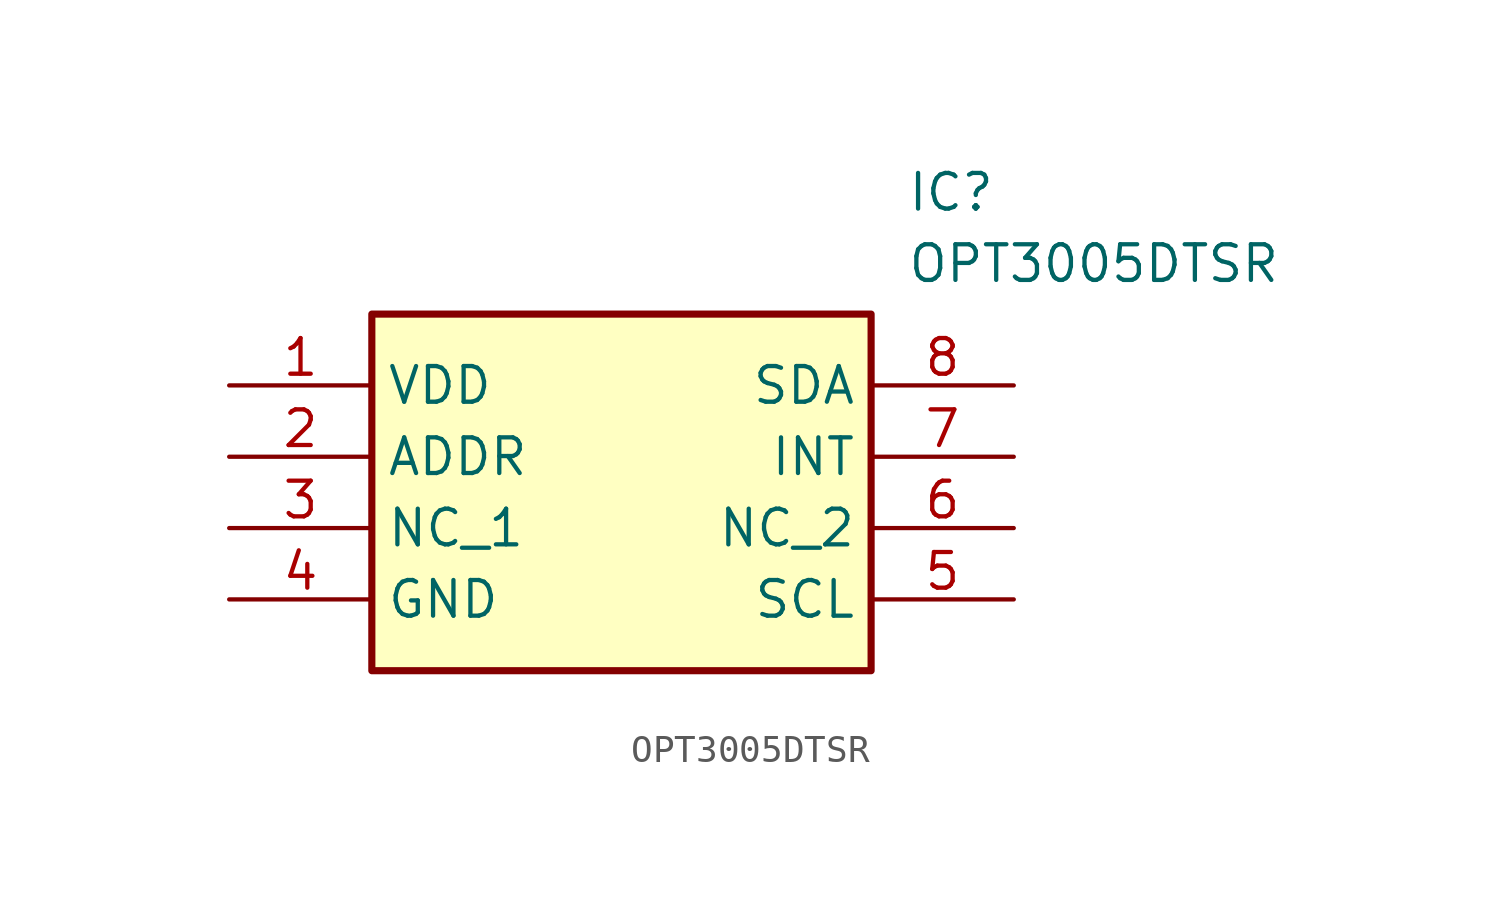
<source format=kicad_sym>
(kicad_symbol_lib
  (version 20231120)
  (generator "kicad_symbol_editor")
  (generator_version "8.0")
  (symbol "OPT3005DTSR"
    (property "Reference" "IC"
      (at 24.13 7.62 0)
      (effects (font (size 1.27 1.27)) (justify left top)))
    (property "Value" "OPT3005DTSR"
      (at 24.13 5.08 0)
      (effects (font (size 1.27 1.27)) (justify left top)))
    (symbol "OPT3005DTSR_1_1"
      (rectangle (start 5.08 2.54) (end 22.86 -10.16) (stroke (width 0.254) (type default)) (fill (type background)))
      (pin passive line (at 0 0 0) (length 5.08) (name "VDD" (effects (font (size 1.27 1.27)))) (number "1" (effects (font (size 1.27 1.27)))))
      (pin passive line (at 0 -2.54 0) (length 5.08) (name "ADDR" (effects (font (size 1.27 1.27)))) (number "2" (effects (font (size 1.27 1.27)))))
      (pin passive line (at 0 -5.08 0) (length 5.08) (name "NC_1" (effects (font (size 1.27 1.27)))) (number "3" (effects (font (size 1.27 1.27)))))
      (pin passive line (at 0 -7.62 0) (length 5.08) (name "GND" (effects (font (size 1.27 1.27)))) (number "4" (effects (font (size 1.27 1.27)))))
      (pin passive line (at 27.94 -7.62 180) (length 5.08) (name "SCL" (effects (font (size 1.27 1.27)))) (number "5" (effects (font (size 1.27 1.27)))))
      (pin passive line (at 27.94 -5.08 180) (length 5.08) (name "NC_2" (effects (font (size 1.27 1.27)))) (number "6" (effects (font (size 1.27 1.27)))))
      (pin passive line (at 27.94 -2.54 180) (length 5.08) (name "INT" (effects (font (size 1.27 1.27)))) (number "7" (effects (font (size 1.27 1.27)))))
      (pin passive line (at 27.94 0 180) (length 5.08) (name "SDA" (effects (font (size 1.27 1.27)))) (number "8" (effects (font (size 1.27 1.27))))))))
</source>
